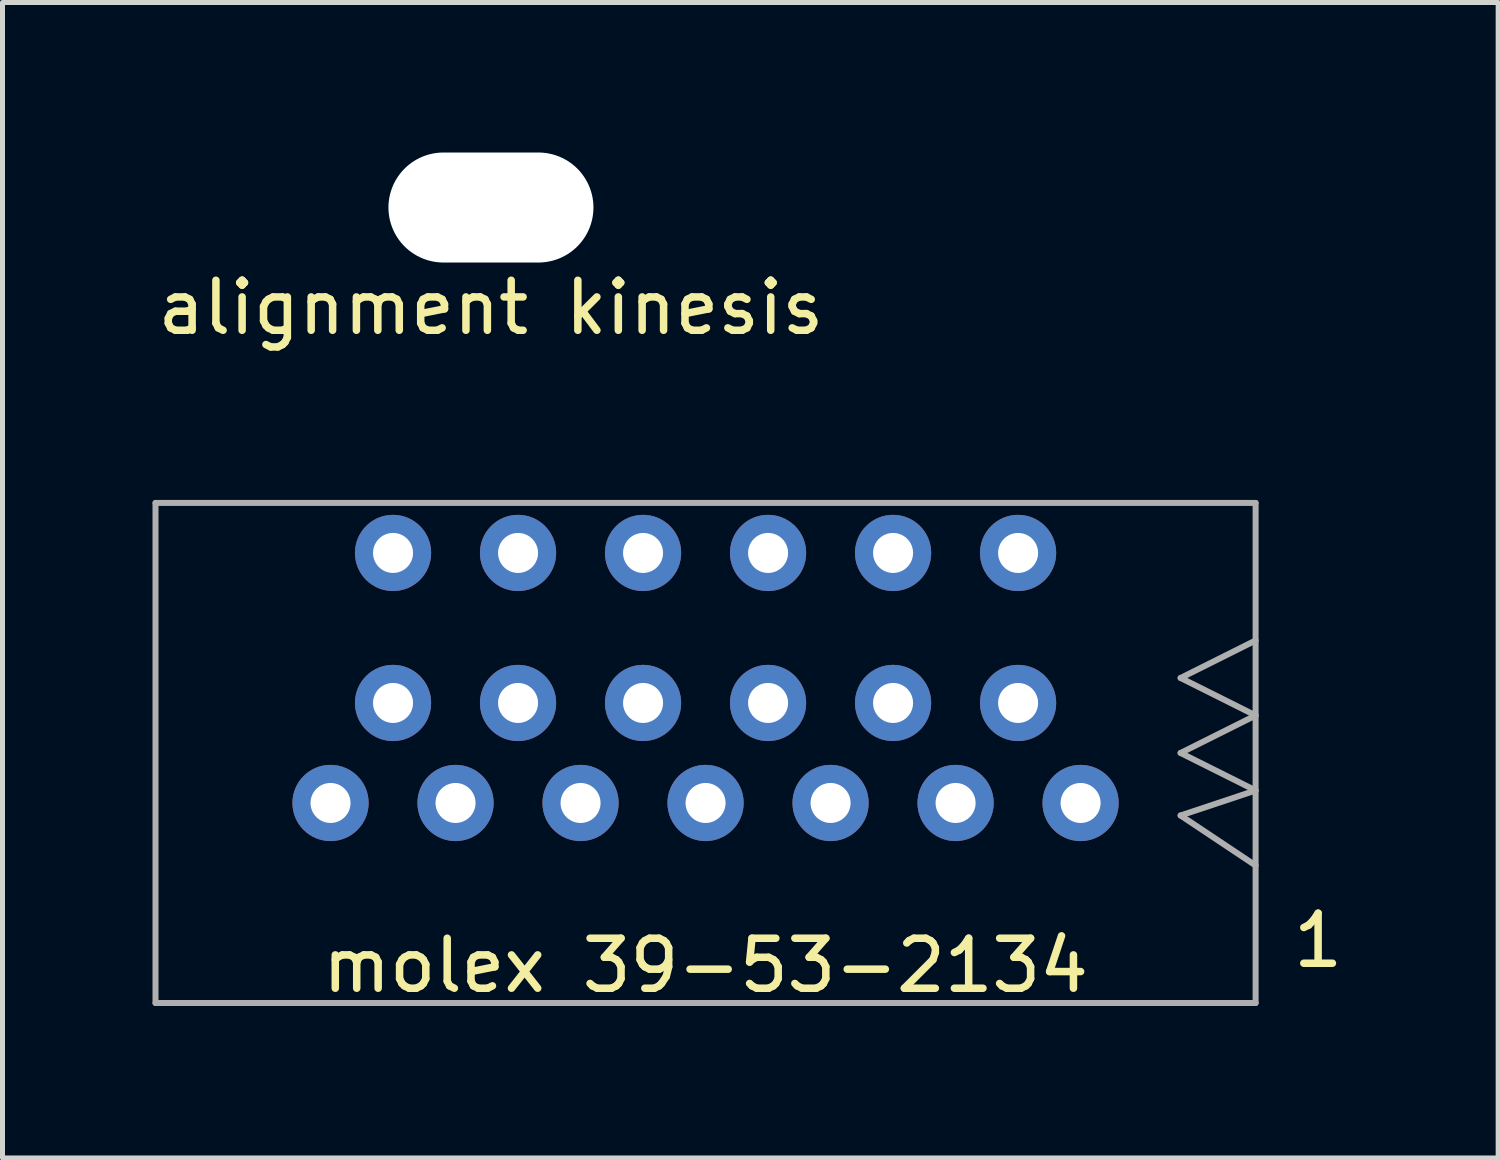
<source format=kicad_pcb>
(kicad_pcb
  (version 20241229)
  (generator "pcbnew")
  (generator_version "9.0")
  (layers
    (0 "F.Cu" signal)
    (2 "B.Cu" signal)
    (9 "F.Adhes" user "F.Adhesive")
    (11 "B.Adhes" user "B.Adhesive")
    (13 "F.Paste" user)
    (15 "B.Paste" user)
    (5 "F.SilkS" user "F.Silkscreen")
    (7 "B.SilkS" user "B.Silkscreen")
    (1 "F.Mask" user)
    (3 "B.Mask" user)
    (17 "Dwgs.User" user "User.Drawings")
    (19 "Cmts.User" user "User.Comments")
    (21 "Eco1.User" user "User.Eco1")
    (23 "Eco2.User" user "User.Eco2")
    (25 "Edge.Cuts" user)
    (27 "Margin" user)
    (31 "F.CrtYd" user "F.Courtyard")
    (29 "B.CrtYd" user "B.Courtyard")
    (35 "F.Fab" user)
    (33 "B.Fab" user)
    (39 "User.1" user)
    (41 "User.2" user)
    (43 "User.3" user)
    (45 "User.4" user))
  (footprint "molex 39-53-2134"
    (layer "F.Cu")
    (at 11.06 11.508)
    (property "Reference" "molex 39-53-2134" (at 0 4.75 0) (layer "F.SilkS") (effects (font (size 1 1) (thickness 0.15))))
    (attr through_hole)
    (fp_line (start -11 -4.5) (end -11 5.5) (stroke (width 0.12) (type solid)) (layer "F.Fab"))
    (fp_line (start -11 5.5) (end 11 5.5) (stroke (width 0.12) (type solid)) (layer "F.Fab"))
    (fp_line (start 9.5 -1) (end 11 -1.75) (stroke (width 0.12) (type solid)) (layer "F.Fab"))
    (fp_line (start 9.5 0.5) (end 11 -0.25) (stroke (width 0.12) (type solid)) (layer "F.Fab"))
    (fp_line (start 9.5 0.5) (end 11 1.25) (stroke (width 0.12) (type solid)) (layer "F.Fab"))
    (fp_line (start 9.5 1.75) (end 11 2.75) (stroke (width 0.12) (type solid)) (layer "F.Fab"))
    (fp_line (start 11 -4.5) (end -11 -4.5) (stroke (width 0.12) (type solid)) (layer "F.Fab"))
    (fp_line (start 11 -4.5) (end 11 5.5) (stroke (width 0.12) (type solid)) (layer "F.Fab"))
    (fp_line (start 11 -0.25) (end 9.5 -1) (stroke (width 0.12) (type solid)) (layer "F.Fab"))
    (fp_line (start 11 1.25) (end 9.5 1.75) (stroke (width 0.12) (type solid)) (layer "F.Fab"))
    (fp_text user "1" (at 12.25 4.25 0) (layer "F.SilkS") (effects (font (size 1 1) (thickness 0.15))))
    (pad "1" thru_hole circle (at 7.5 1.5) (size 1.524 1.524) (drill 0.8) (layers "*.Cu" "*.Mask"))
    (pad "2" thru_hole circle (at 6.25 -3.5) (size 1.524 1.524) (drill 0.8) (layers "*.Cu" "*.Mask"))
    (pad "2" thru_hole circle (at 6.25 -0.5) (size 1.524 1.524) (drill 0.8) (layers "*.Cu" "*.Mask"))
    (pad "3" thru_hole circle (at 5 1.5) (size 1.524 1.524) (drill 0.8) (layers "*.Cu" "*.Mask"))
    (pad "4" thru_hole circle (at 3.75 -3.5) (size 1.524 1.524) (drill 0.8) (layers "*.Cu" "*.Mask"))
    (pad "4" thru_hole circle (at 3.75 -0.5) (size 1.524 1.524) (drill 0.8) (layers "*.Cu" "*.Mask"))
    (pad "5" thru_hole circle (at 2.5 1.5) (size 1.524 1.524) (drill 0.8) (layers "*.Cu" "*.Mask"))
    (pad "6" thru_hole circle (at 1.25 -3.5) (size 1.524 1.524) (drill 0.8) (layers "*.Cu" "*.Mask"))
    (pad "6" thru_hole circle (at 1.25 -0.5) (size 1.524 1.524) (drill 0.8) (layers "*.Cu" "*.Mask"))
    (pad "7" thru_hole circle (at 0 1.5) (size 1.524 1.524) (drill 0.8) (layers "*.Cu" "*.Mask"))
    (pad "8" thru_hole circle (at -1.25 -3.5) (size 1.524 1.524) (drill 0.8) (layers "*.Cu" "*.Mask"))
    (pad "8" thru_hole circle (at -1.25 -0.5) (size 1.524 1.524) (drill 0.8) (layers "*.Cu" "*.Mask"))
    (pad "9" thru_hole circle (at -2.5 1.5) (size 1.524 1.524) (drill 0.8) (layers "*.Cu" "*.Mask"))
    (pad "10" thru_hole circle (at -3.75 -3.5) (size 1.524 1.524) (drill 0.8) (layers "*.Cu" "*.Mask"))
    (pad "10" thru_hole circle (at -3.75 -0.5) (size 1.524 1.524) (drill 0.8) (layers "*.Cu" "*.Mask"))
    (pad "11" thru_hole circle (at -5 1.5) (size 1.524 1.524) (drill 0.8) (layers "*.Cu" "*.Mask"))
    (pad "12" thru_hole circle (at -6.25 -3.5) (size 1.524 1.524) (drill 0.8) (layers "*.Cu" "*.Mask"))
    (pad "12" thru_hole circle (at -6.25 -0.5) (size 1.524 1.524) (drill 0.8) (layers "*.Cu" "*.Mask"))
    (pad "13" thru_hole circle (at -7.5 1.5) (size 1.524 1.524) (drill 0.8) (layers "*.Cu" "*.Mask")))
  (footprint "alignment kinesis"
    (layer "F.Cu")
    (at 6.768 1.1)
    (property "Reference" "alignment kinesis" (at 0 2 0) (layer "F.SilkS") (effects (font (size 1 1) (thickness 0.15))))
    (attr through_hole)
    (pad "" np_thru_hole oval (at 0 0) (size 4.1 2.2) (drill oval 4.1 2.2) (layers "*.Mask" "F.Cu")))
  (gr_rect
    (start -3 -3)
    (end 26.911 20.107)
    (stroke (width 0.1) (type default))
    (fill no)
    (layer "Edge.Cuts")))
</source>
